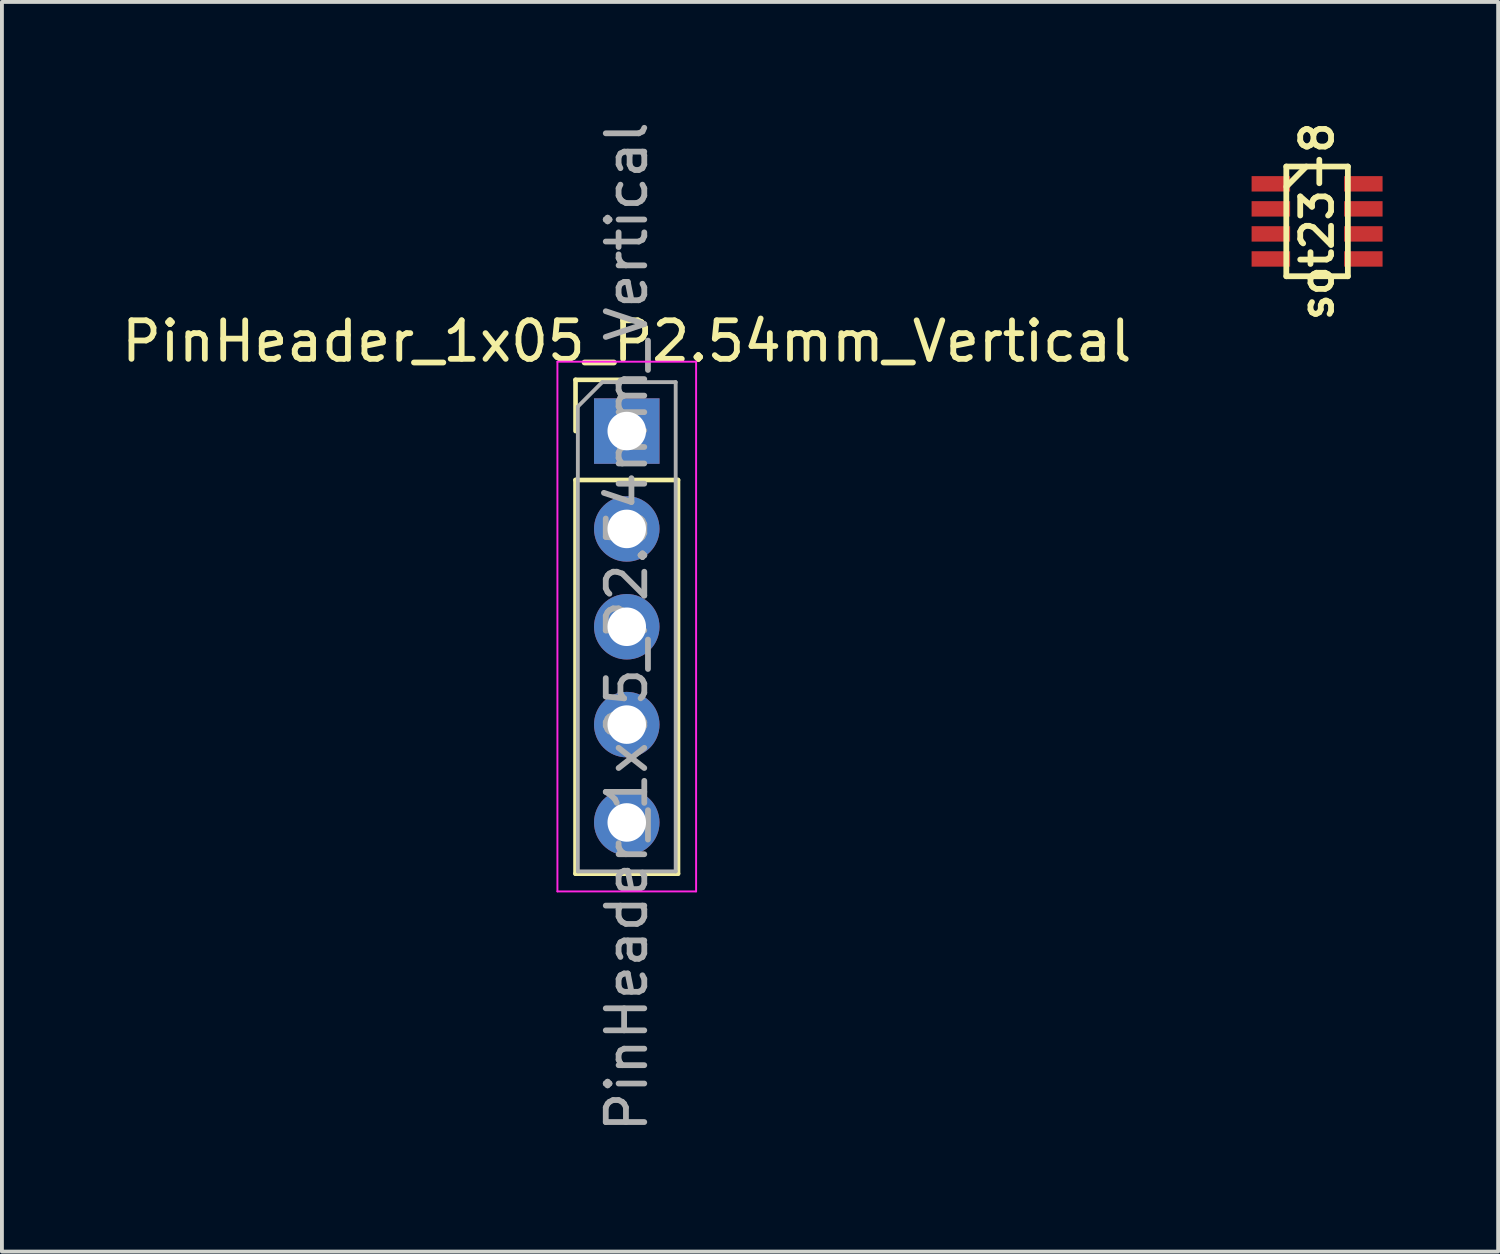
<source format=kicad_pcb>
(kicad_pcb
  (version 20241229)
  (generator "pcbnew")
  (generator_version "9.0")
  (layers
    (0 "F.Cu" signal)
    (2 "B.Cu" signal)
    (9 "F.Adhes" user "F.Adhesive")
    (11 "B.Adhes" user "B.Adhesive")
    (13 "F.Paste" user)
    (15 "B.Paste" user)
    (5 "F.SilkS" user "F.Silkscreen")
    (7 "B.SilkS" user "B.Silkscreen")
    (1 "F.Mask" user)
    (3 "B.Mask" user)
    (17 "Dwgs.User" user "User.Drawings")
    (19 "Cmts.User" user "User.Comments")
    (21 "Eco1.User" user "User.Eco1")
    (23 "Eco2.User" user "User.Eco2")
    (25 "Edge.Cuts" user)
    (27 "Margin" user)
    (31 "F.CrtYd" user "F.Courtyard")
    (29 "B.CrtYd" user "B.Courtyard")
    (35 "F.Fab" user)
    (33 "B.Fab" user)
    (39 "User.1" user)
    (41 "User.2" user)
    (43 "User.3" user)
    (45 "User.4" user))
  (footprint "PinHeader_1x05_P2.54mm_Vertical"
    (layer "F.Cu")
    (at 13.22 8.14)
    (property "Reference" "PinHeader_1x05_P2.54mm_Vertical" (at 0 -2.33 0) (layer "F.SilkS") (effects (font (size 1 1) (thickness 0.15))))
    (attr through_hole)
    (fp_line (start -1.33 -1.33) (end 0 -1.33) (stroke (width 0.12) (type solid)) (layer "F.SilkS"))
    (fp_line (start -1.33 0) (end -1.33 -1.33) (stroke (width 0.12) (type solid)) (layer "F.SilkS"))
    (fp_line (start -1.33 1.27) (end -1.33 11.49) (stroke (width 0.12) (type solid)) (layer "F.SilkS"))
    (fp_line (start -1.33 1.27) (end 1.33 1.27) (stroke (width 0.12) (type solid)) (layer "F.SilkS"))
    (fp_line (start -1.33 11.49) (end 1.33 11.49) (stroke (width 0.12) (type solid)) (layer "F.SilkS"))
    (fp_line (start 1.33 1.27) (end 1.33 11.49) (stroke (width 0.12) (type solid)) (layer "F.SilkS"))
    (fp_line (start -1.8 -1.8) (end -1.8 11.95) (stroke (width 0.05) (type solid)) (layer "F.CrtYd"))
    (fp_line (start -1.8 11.95) (end 1.8 11.95) (stroke (width 0.05) (type solid)) (layer "F.CrtYd"))
    (fp_line (start 1.8 -1.8) (end -1.8 -1.8) (stroke (width 0.05) (type solid)) (layer "F.CrtYd"))
    (fp_line (start 1.8 11.95) (end 1.8 -1.8) (stroke (width 0.05) (type solid)) (layer "F.CrtYd"))
    (fp_line (start -1.27 -0.635) (end -0.635 -1.27) (stroke (width 0.1) (type solid)) (layer "F.Fab"))
    (fp_line (start -1.27 11.43) (end -1.27 -0.635) (stroke (width 0.1) (type solid)) (layer "F.Fab"))
    (fp_line (start -0.635 -1.27) (end 1.27 -1.27) (stroke (width 0.1) (type solid)) (layer "F.Fab"))
    (fp_line (start 1.27 -1.27) (end 1.27 11.43) (stroke (width 0.1) (type solid)) (layer "F.Fab"))
    (fp_line (start 1.27 11.43) (end -1.27 11.43) (stroke (width 0.1) (type solid)) (layer "F.Fab"))
    (fp_text user "${REFERENCE}" (at 0 5.08 90) (layer "F.Fab") (effects (font (size 1 1) (thickness 0.15))))
    (pad "1" thru_hole oval (at 0 10.16) (size 1.7 1.7) (drill 1) (layers "*.Cu" "*.Mask"))
    (pad "2" thru_hole oval (at 0 7.62) (size 1.7 1.7) (drill 1) (layers "*.Cu" "*.Mask"))
    (pad "3" thru_hole oval (at 0 5.08) (size 1.7 1.7) (drill 1) (layers "*.Cu" "*.Mask"))
    (pad "4" thru_hole oval (at 0 2.54) (size 1.7 1.7) (drill 1) (layers "*.Cu" "*.Mask"))
    (pad "5" thru_hole rect (at 0 0) (size 1.7 1.7) (drill 1) (layers "*.Cu" "*.Mask")))
  (footprint "sot23-8"
    (layer "F.Cu")
    (at 31.14 2.697)
    (property "Reference" "sot23-8" (at 0 0 270) (layer "F.SilkS") (effects (font (size 0.8 0.8) (thickness 0.15))))
    (attr through_hole)
    (fp_line (start -0.799 -1.424) (end 0.799 -1.424) (stroke (width 0.15) (type solid)) (layer "F.SilkS"))
    (fp_line (start -0.799 1.424) (end -0.799 -1.424) (stroke (width 0.15) (type solid)) (layer "F.SilkS"))
    (fp_line (start -0.28 -1.424) (end -0.799 -0.9) (stroke (width 0.15) (type solid)) (layer "F.SilkS"))
    (fp_line (start 0.799 -1.424) (end 0.799 1.424) (stroke (width 0.15) (type solid)) (layer "F.SilkS"))
    (fp_line (start 0.799 1.424) (end -0.799 1.424) (stroke (width 0.15) (type solid)) (layer "F.SilkS"))
    (pad "1" smd rect (at -1.2 -0.975 270) (size 0.4 1) (layers "F.Cu" "F.Mask" "F.Paste"))
    (pad "2" smd rect (at -1.2 -0.325 270) (size 0.4 1) (layers "F.Cu" "F.Mask" "F.Paste"))
    (pad "3" smd rect (at -1.2 0.325 270) (size 0.4 1) (layers "F.Cu" "F.Mask" "F.Paste"))
    (pad "4" smd rect (at -1.2 0.975 270) (size 0.4 1) (layers "F.Cu" "F.Mask" "F.Paste"))
    (pad "5" smd rect (at 1.2 0.975 270) (size 0.4 1) (layers "F.Cu" "F.Mask" "F.Paste"))
    (pad "6" smd rect (at 1.2 0.325 270) (size 0.4 1) (layers "F.Cu" "F.Mask" "F.Paste"))
    (pad "7" smd rect (at 1.2 -0.325 270) (size 0.4 1) (layers "F.Cu" "F.Mask" "F.Paste"))
    (pad "8" smd rect (at 1.2 -0.975 270) (size 0.4 1) (layers "F.Cu" "F.Mask" "F.Paste")))
  (gr_rect
    (start -3 -3)
    (end 35.84 29.44)
    (stroke (width 0.1) (type default))
    (fill no)
    (layer "Edge.Cuts")))
</source>
